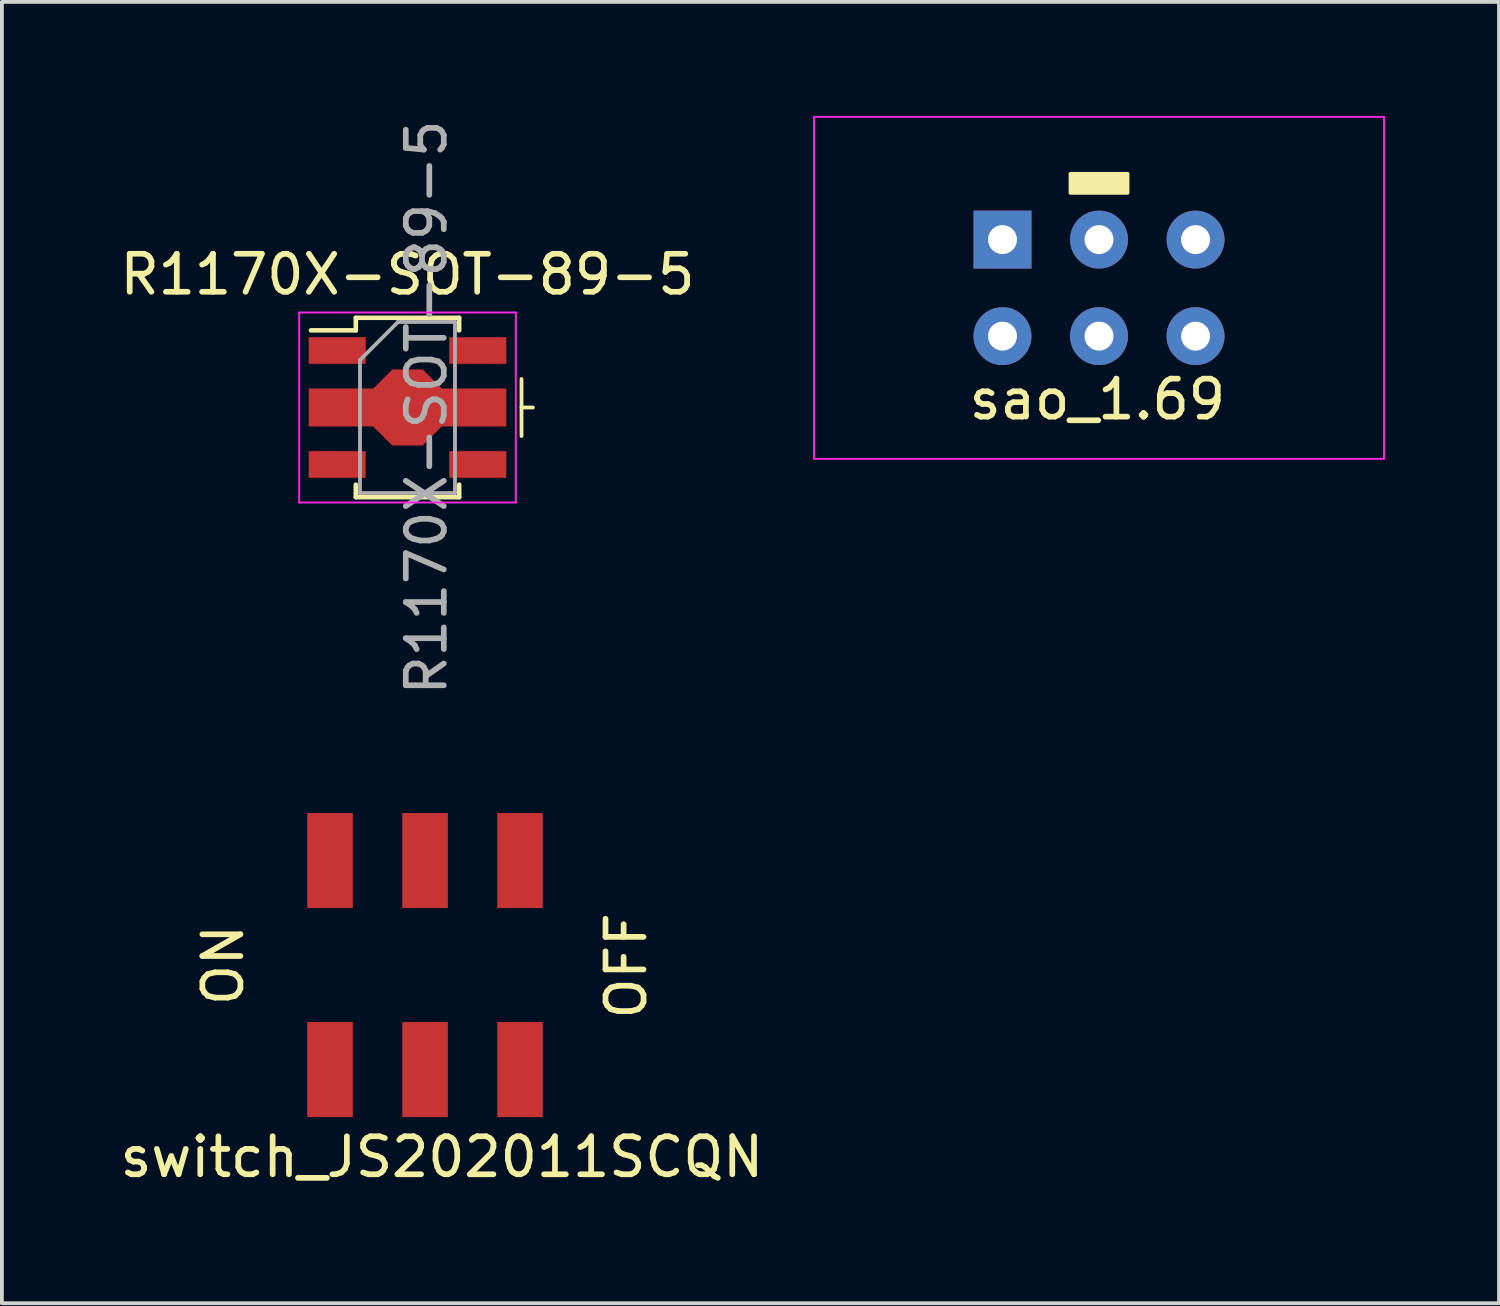
<source format=kicad_pcb>
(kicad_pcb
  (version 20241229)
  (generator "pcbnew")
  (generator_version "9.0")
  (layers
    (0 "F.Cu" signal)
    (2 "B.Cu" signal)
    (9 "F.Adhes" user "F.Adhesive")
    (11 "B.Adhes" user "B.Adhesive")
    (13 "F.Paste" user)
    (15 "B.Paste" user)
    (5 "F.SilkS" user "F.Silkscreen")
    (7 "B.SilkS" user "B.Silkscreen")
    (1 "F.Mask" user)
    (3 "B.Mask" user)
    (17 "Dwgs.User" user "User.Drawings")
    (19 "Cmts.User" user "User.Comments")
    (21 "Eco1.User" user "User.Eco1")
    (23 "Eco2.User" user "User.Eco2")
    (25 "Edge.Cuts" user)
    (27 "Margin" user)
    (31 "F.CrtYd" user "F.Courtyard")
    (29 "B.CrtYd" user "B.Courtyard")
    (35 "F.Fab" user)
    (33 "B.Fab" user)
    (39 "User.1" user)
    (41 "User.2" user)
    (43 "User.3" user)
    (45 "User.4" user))
  (footprint "switch_JS202011SCQN"
    (layer "F.Cu")
    (at 8.135 22.345)
    (property "Reference" "switch_JS202011SCQN" (at 0.442 5.05 0) (layer "F.SilkS") (effects (font (size 1 1) (thickness 0.15))))
    (attr through_hole)
    (fp_text user "ON" (at -5.314 0 90) (layer "F.SilkS") (effects (font (size 1 1) (thickness 0.15))))
    (fp_text user "OFF" (at 5.294 0.02 90) (layer "F.SilkS") (effects (font (size 1 1) (thickness 0.15))))
    (pad "1" smd rect (at -2.5 -2.75) (size 1.2 2.5) (layers "F.Cu" "F.Mask" "F.Paste"))
    (pad "1" smd rect (at -2.5 2.75) (size 1.2 2.5) (layers "F.Cu" "F.Mask" "F.Paste"))
    (pad "2" smd rect (at 0 -2.75) (size 1.2 2.5) (layers "F.Cu" "F.Mask" "F.Paste"))
    (pad "2" smd rect (at 0 2.75) (size 1.2 2.5) (layers "F.Cu" "F.Mask" "F.Paste"))
    (pad "3" smd rect (at 2.5 -2.75) (size 1.2 2.5) (layers "F.Cu" "F.Mask" "F.Paste"))
    (pad "3" smd rect (at 2.5 2.75) (size 1.2 2.5) (layers "F.Cu" "F.Mask" "F.Paste")))
  (footprint "sao_1.69"
    (layer "F.Cu")
    (at 25.87 4.525)
    (property "Reference" "sao_1.69" (at -0.043 2.934 0) (layer "F.SilkS") (effects (font (size 1 1) (thickness 0.15))))
    (attr through_hole)
    (fp_rect (start -0.75 -3) (end 0.75 -2.5) (stroke (width 0.1) (type solid)) (fill yes) (layer "F.SilkS"))
    (fp_rect (start -7.5 -4.5) (end 7.5 4.5) (stroke (width 0.05) (type solid)) (fill no) (layer "F.CrtYd"))
    (pad "1" thru_hole rect (at -2.54 -1.27) (size 1.524 1.524) (drill 0.762) (layers "*.Cu" "*.Mask"))
    (pad "2" thru_hole circle (at -2.54 1.27) (size 1.524 1.524) (drill 0.762) (layers "*.Cu" "*.Mask"))
    (pad "3" thru_hole circle (at 0 -1.27) (size 1.524 1.524) (drill 0.762) (layers "*.Cu" "*.Mask"))
    (pad "4" thru_hole circle (at 0 1.27) (size 1.524 1.524) (drill 0.762) (layers "*.Cu" "*.Mask"))
    (pad "5" thru_hole circle (at 2.54 -1.27) (size 1.524 1.524) (drill 0.762) (layers "*.Cu" "*.Mask"))
    (pad "6" thru_hole circle (at 2.54 1.27) (size 1.524 1.524) (drill 0.762) (layers "*.Cu" "*.Mask")))
  (footprint "R1170X-SOT-89-5"
    (layer "F.Cu")
    (at 7.673 7.673)
    (property "Reference" "R1170X-SOT-89-5" (at 0 -3.5 0) (layer "F.SilkS") (effects (font (size 1 1) (thickness 0.15))))
    (attr smd)
    (fp_line (start -2.54 -2.03) (end -1.36 -2.03) (stroke (width 0.12) (type solid)) (layer "F.SilkS"))
    (fp_line (start -1.36 -2.36) (end -1.36 -2.03) (stroke (width 0.12) (type solid)) (layer "F.SilkS"))
    (fp_line (start -1.36 -2.36) (end 1.36 -2.36) (stroke (width 0.12) (type solid)) (layer "F.SilkS"))
    (fp_line (start -1.36 2.36) (end -1.36 2.03) (stroke (width 0.12) (type solid)) (layer "F.SilkS"))
    (fp_line (start 1.36 -2.36) (end 1.36 -2.03) (stroke (width 0.12) (type solid)) (layer "F.SilkS"))
    (fp_line (start 1.36 2.03) (end 1.36 2.36) (stroke (width 0.12) (type solid)) (layer "F.SilkS"))
    (fp_line (start 1.36 2.36) (end -1.36 2.36) (stroke (width 0.12) (type solid)) (layer "F.SilkS"))
    (fp_line (start 3 -0.75) (end 3 0.75) (stroke (width 0.1) (type default)) (layer "F.SilkS"))
    (fp_line (start 3 0) (end 3.3 0) (stroke (width 0.1) (type default)) (layer "F.SilkS"))
    (fp_line (start -2.85 2.5) (end -2.85 -2.5) (stroke (width 0.05) (type solid)) (layer "F.CrtYd"))
    (fp_line (start -2.85 2.5) (end 2.85 2.5) (stroke (width 0.05) (type solid)) (layer "F.CrtYd"))
    (fp_line (start 2.85 -2.5) (end -2.85 -2.5) (stroke (width 0.05) (type solid)) (layer "F.CrtYd"))
    (fp_line (start 2.85 -2.5) (end 2.85 2.5) (stroke (width 0.05) (type solid)) (layer "F.CrtYd"))
    (fp_line (start -1.25 -1.25) (end -0.25 -2.25) (stroke (width 0.1) (type solid)) (layer "F.Fab"))
    (fp_line (start -1.25 2.25) (end -1.25 -1.25) (stroke (width 0.1) (type solid)) (layer "F.Fab"))
    (fp_line (start -0.25 -2.25) (end 1.25 -2.25) (stroke (width 0.1) (type solid)) (layer "F.Fab"))
    (fp_line (start 1.25 -2.25) (end 1.25 2.25) (stroke (width 0.1) (type solid)) (layer "F.Fab"))
    (fp_line (start 1.25 2.25) (end -1.25 2.25) (stroke (width 0.1) (type solid)) (layer "F.Fab"))
    (fp_text user "${REFERENCE}" (at 0.5 0 90) (layer "F.Fab") (effects (font (size 1 1) (thickness 0.15))))
    (pad "1" smd rect (at -1.85 -1.5) (size 1.5 0.7) (layers "F.Cu" "F.Mask" "F.Paste"))
    (pad "2" smd custom (at 0 0) (size 0.8 2) (layers "F.Cu" "F.Mask" "F.Paste") (options (anchor rect)) (primitives (gr_poly (pts (xy 0.9 -0.5) (xy 2.6 -0.5) (xy 2.6 0.5) (xy 0.9 0.5) (xy 0.4 1) (xy -0.4 1) (xy -0.9 0.5) (xy -2.6 0.5) (xy -2.6 -0.5) (xy -0.9 -0.5) (xy -0.4 -1) (xy 0.4 -1)) (width 0) (fill yes))))
    (pad "3" smd rect (at -1.85 1.5) (size 1.5 0.7) (layers "F.Cu" "F.Mask" "F.Paste"))
    (pad "4" smd rect (at 1.85 1.5) (size 1.5 0.7) (layers "F.Cu" "F.Mask" "F.Paste"))
    (pad "5" smd rect (at 1.85 -1.5) (size 1.5 0.7) (layers "F.Cu" "F.Mask" "F.Paste")))
  (gr_rect
    (start -3 -3)
    (end 36.395 31.243)
    (stroke (width 0.1) (type default))
    (fill no)
    (layer "Edge.Cuts")))
</source>
